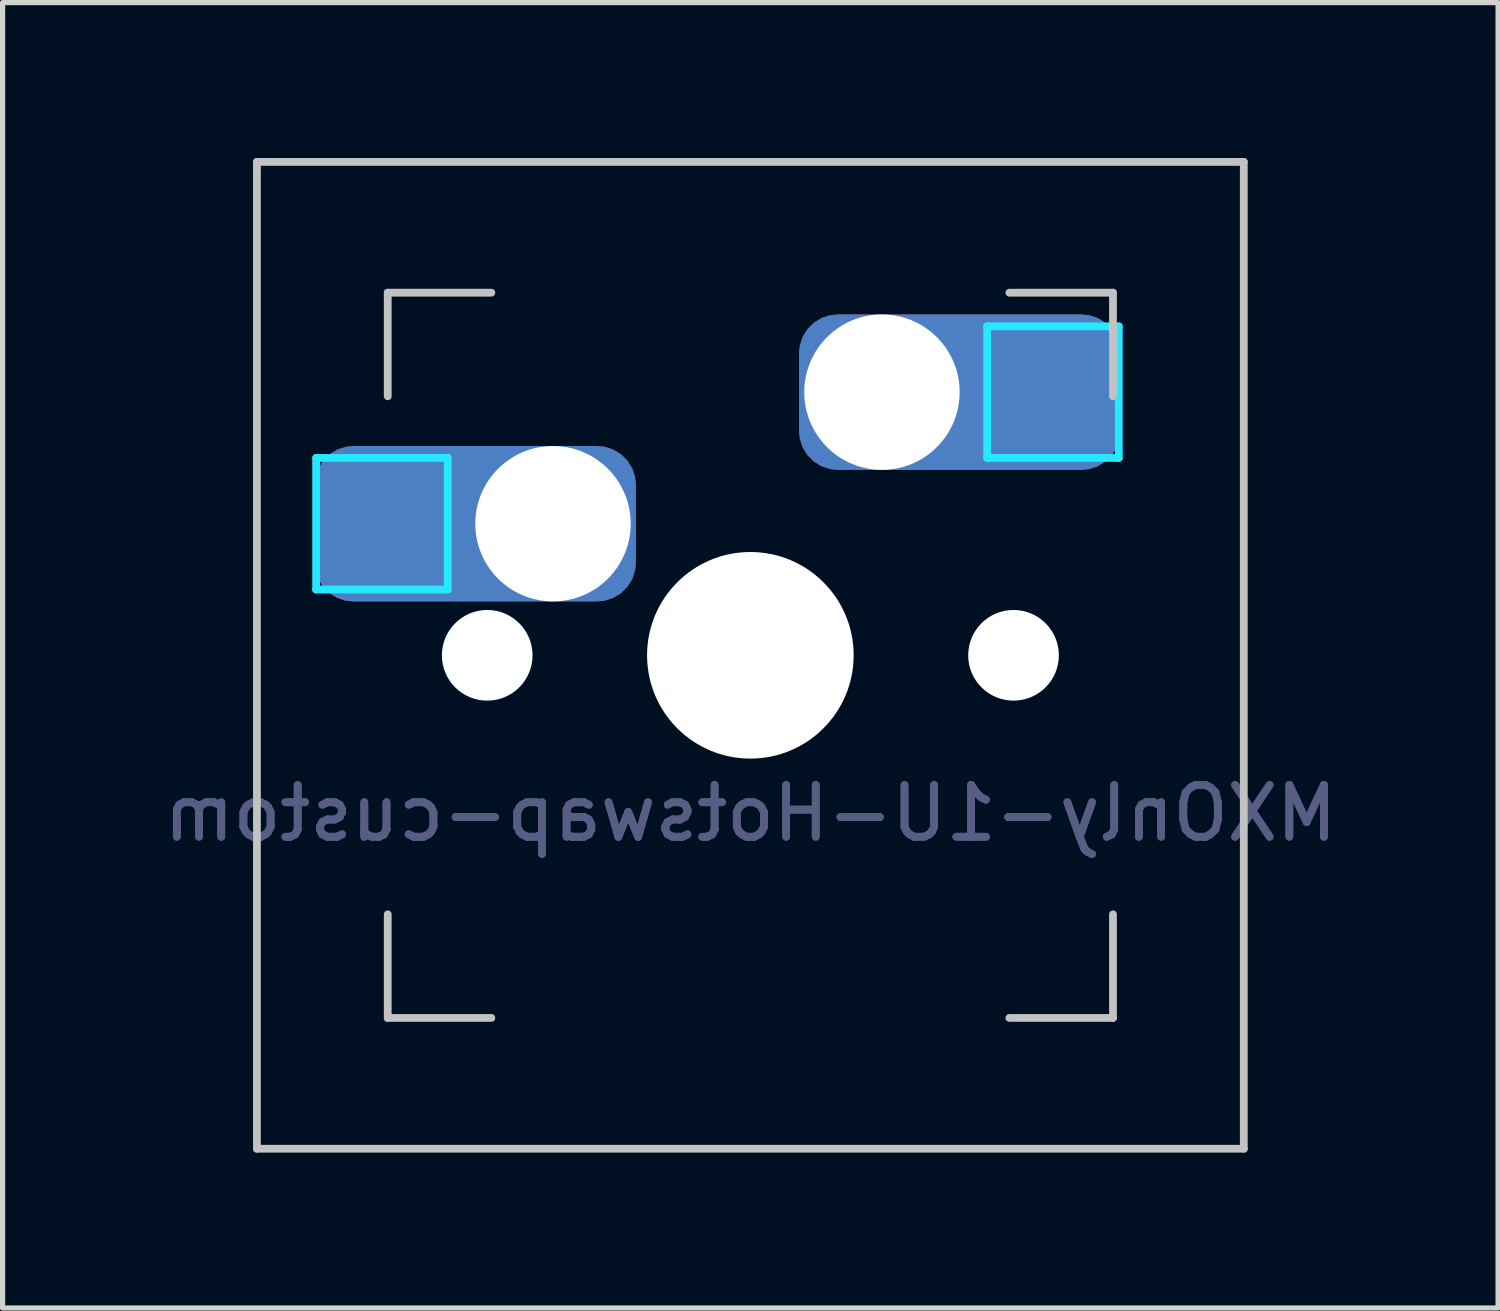
<source format=kicad_pcb>
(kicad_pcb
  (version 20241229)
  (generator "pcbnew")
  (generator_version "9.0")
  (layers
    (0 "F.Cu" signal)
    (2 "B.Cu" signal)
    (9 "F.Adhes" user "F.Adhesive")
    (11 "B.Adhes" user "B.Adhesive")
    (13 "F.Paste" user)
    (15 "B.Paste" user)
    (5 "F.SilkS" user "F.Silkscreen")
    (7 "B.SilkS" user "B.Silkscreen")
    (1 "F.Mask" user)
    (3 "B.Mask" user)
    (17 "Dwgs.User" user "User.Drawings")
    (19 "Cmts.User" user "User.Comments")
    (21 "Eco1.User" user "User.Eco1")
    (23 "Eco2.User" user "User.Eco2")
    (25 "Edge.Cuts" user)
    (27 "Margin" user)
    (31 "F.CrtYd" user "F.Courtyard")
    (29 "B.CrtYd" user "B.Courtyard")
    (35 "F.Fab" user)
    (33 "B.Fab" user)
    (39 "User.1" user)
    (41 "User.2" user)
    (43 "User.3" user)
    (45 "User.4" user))
  (footprint "MXOnly-1U-Hotswap-custom"
    (layer "F.Cu")
    (at 11.435 9.6)
    (property "Reference" "MXOnly-1U-Hotswap-custom" (at 0 3.048 0) (layer "B.Fab") (effects (font (size 1 1) (thickness 0.15)) (justify mirror)))
    (attr smd)
    (fp_line (start -9.525 -9.525) (end 9.525 -9.525) (stroke (width 0.15) (type solid)) (layer "Dwgs.User"))
    (fp_line (start -9.525 9.525) (end -9.525 -9.525) (stroke (width 0.15) (type solid)) (layer "Dwgs.User"))
    (fp_line (start -7 -7) (end -7 -5) (stroke (width 0.15) (type solid)) (layer "Dwgs.User"))
    (fp_line (start -7 5) (end -7 7) (stroke (width 0.15) (type solid)) (layer "Dwgs.User"))
    (fp_line (start -7 7) (end -5 7) (stroke (width 0.15) (type solid)) (layer "Dwgs.User"))
    (fp_line (start -5 -7) (end -7 -7) (stroke (width 0.15) (type solid)) (layer "Dwgs.User"))
    (fp_line (start 5 -7) (end 7 -7) (stroke (width 0.15) (type solid)) (layer "Dwgs.User"))
    (fp_line (start 5 7) (end 7 7) (stroke (width 0.15) (type solid)) (layer "Dwgs.User"))
    (fp_line (start 7 -7) (end 7 -5) (stroke (width 0.15) (type solid)) (layer "Dwgs.User"))
    (fp_line (start 7 7) (end 7 5) (stroke (width 0.15) (type solid)) (layer "Dwgs.User"))
    (fp_line (start 9.525 -9.525) (end 9.525 9.525) (stroke (width 0.15) (type solid)) (layer "Dwgs.User"))
    (fp_line (start 9.525 9.525) (end -9.525 9.525) (stroke (width 0.15) (type solid)) (layer "Dwgs.User"))
    (fp_line (start -8.382 -3.81) (end -8.382 -1.27) (stroke (width 0.15) (type solid)) (layer "B.CrtYd"))
    (fp_line (start -8.382 -1.27) (end -5.842 -1.27) (stroke (width 0.15) (type solid)) (layer "B.CrtYd"))
    (fp_line (start -5.842 -3.81) (end -8.382 -3.81) (stroke (width 0.15) (type solid)) (layer "B.CrtYd"))
    (fp_line (start -5.842 -1.27) (end -5.842 -3.81) (stroke (width 0.15) (type solid)) (layer "B.CrtYd"))
    (fp_line (start 4.572 -6.35) (end 7.112 -6.35) (stroke (width 0.15) (type solid)) (layer "B.CrtYd"))
    (fp_line (start 4.572 -3.81) (end 4.572 -6.35) (stroke (width 0.15) (type solid)) (layer "B.CrtYd"))
    (fp_line (start 7.112 -6.35) (end 7.112 -3.81) (stroke (width 0.15) (type solid)) (layer "B.CrtYd"))
    (fp_line (start 7.112 -3.81) (end 4.572 -3.81) (stroke (width 0.15) (type solid)) (layer "B.CrtYd"))
    (fp_text user "${REFERENCE}" (at 0 3.048 0) (layer "B.Fab") (effects (font (size 1 1) (thickness 0.15)) (justify mirror)))
    (pad "" np_thru_hole circle (at -5.08 0 48.1) (size 1.75 1.75) (drill 1.75) (layers "*.Cu" "*.Mask"))
    (pad "" np_thru_hole circle (at 0 0) (size 3.988 3.988) (drill 3.988) (layers "*.Cu" "*.Mask"))
    (pad "" np_thru_hole circle (at 5.08 0 48.1) (size 1.75 1.75) (drill 1.75) (layers "*.Cu" "*.Mask"))
    (pad "1" thru_hole roundrect (at -3.81 -2.54) (size 6.2 3) (drill 3 (offset -1.5 0)) (layers "*.Cu" "B.Mask" "B.Paste") (roundrect_rratio 0.25))
    (pad "2" thru_hole roundrect (at 2.54 -5.08) (size 6.2 3) (drill 3 (offset 1.5 0)) (layers "*.Cu" "B.Mask" "B.Paste") (roundrect_rratio 0.25)))
  (gr_rect
    (start -3 -3)
    (end 25.869 22.2)
    (stroke (width 0.1) (type default))
    (fill no)
    (layer "Edge.Cuts")))
</source>
